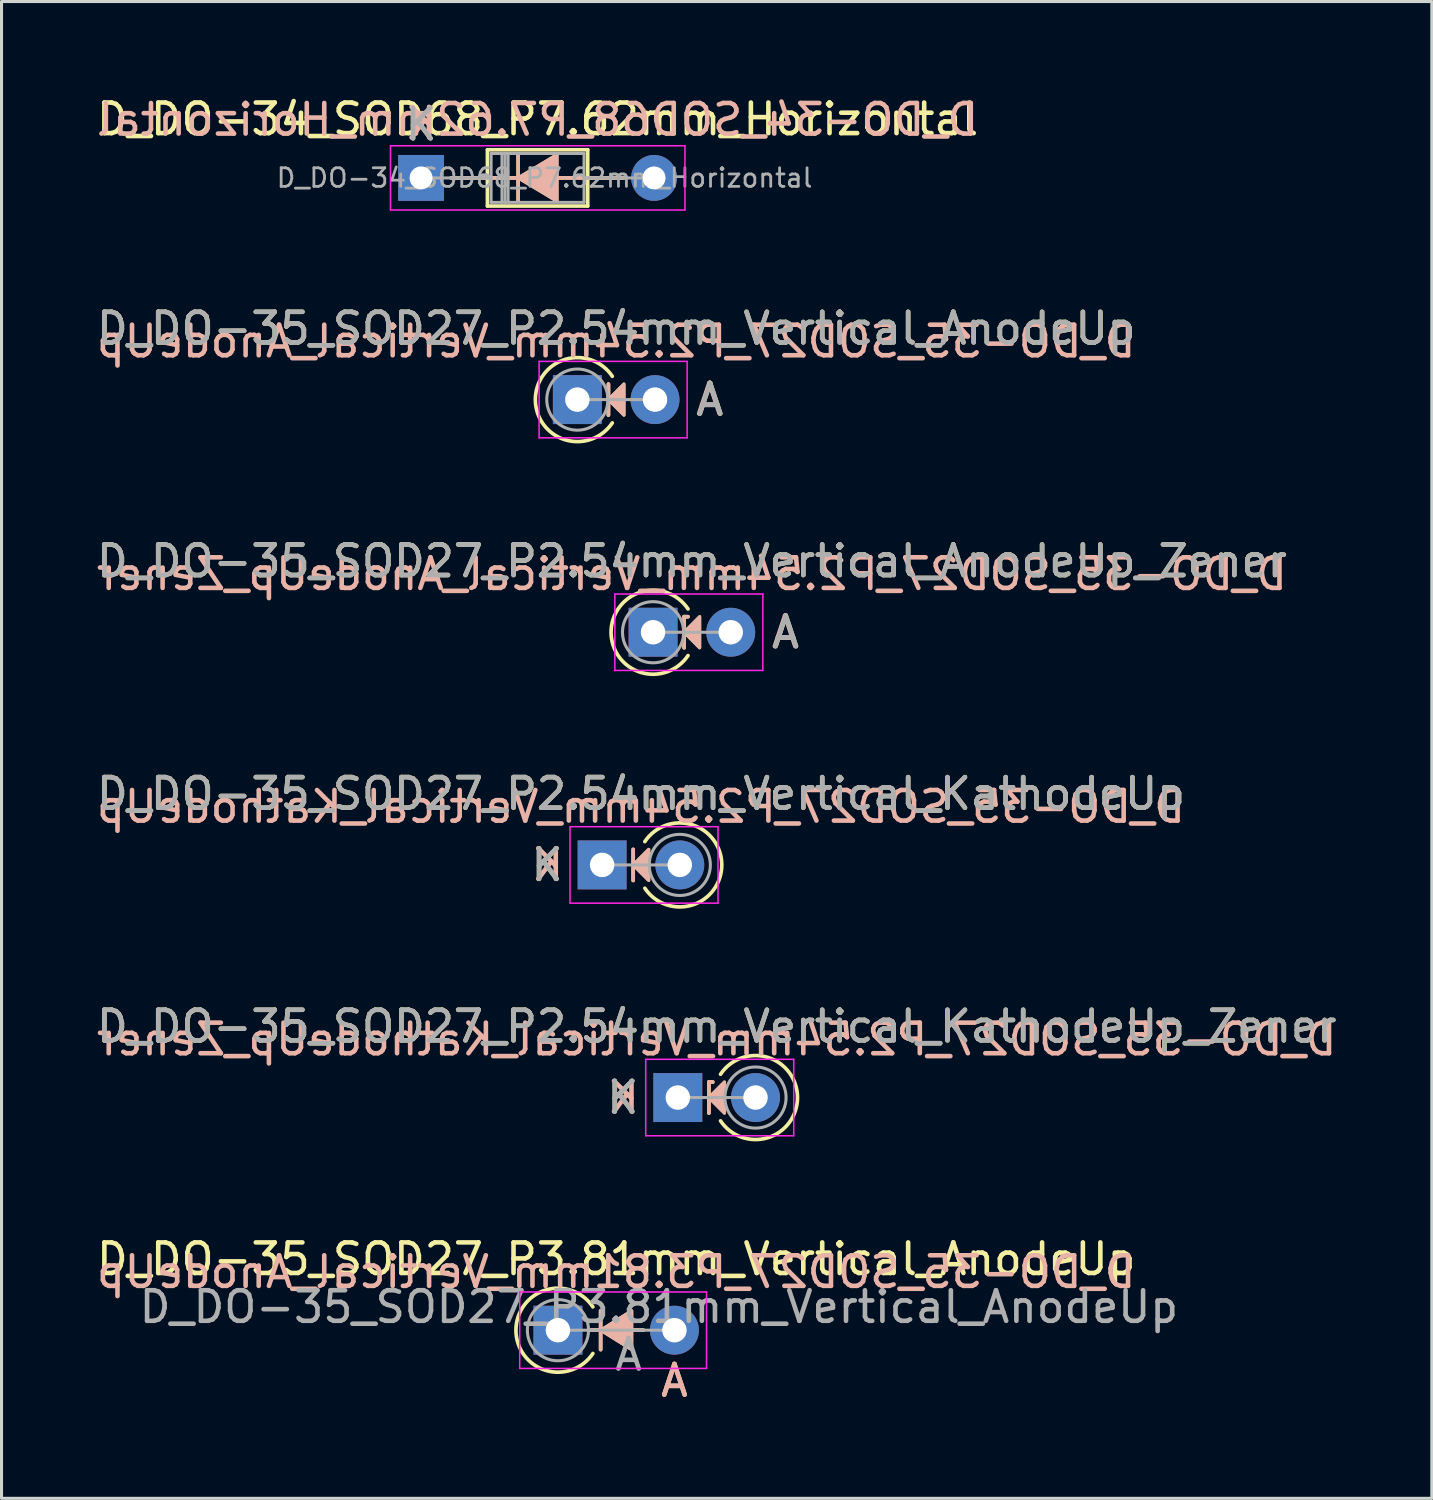
<source format=kicad_pcb>
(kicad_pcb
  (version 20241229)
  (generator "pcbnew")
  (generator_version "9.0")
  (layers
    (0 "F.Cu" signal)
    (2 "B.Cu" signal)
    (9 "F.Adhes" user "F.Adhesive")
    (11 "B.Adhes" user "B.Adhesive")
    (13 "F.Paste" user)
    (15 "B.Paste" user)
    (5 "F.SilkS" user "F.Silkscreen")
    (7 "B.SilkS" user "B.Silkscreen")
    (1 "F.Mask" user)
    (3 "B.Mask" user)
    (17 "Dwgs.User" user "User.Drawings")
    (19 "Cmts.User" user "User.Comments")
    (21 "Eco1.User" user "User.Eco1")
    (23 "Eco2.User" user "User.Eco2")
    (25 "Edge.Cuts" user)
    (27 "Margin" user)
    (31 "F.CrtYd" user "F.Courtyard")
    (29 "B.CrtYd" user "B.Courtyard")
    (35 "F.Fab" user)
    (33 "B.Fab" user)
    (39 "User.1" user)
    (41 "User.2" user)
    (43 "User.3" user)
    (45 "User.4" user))
  (footprint "D_DO-35_SOD27_P3.81mm_Vertical_AnodeUp"
    (layer "F.Cu")
    (at 15.196 40.451)
    (property "Reference" "D_DO-35_SOD27_P3.81mm_Vertical_AnodeUp" (at 1.905 -2.326 0) (layer "F.SilkS") (effects (font (size 1 1) (thickness 0.15))))
    (fp_line (start 1.397 -0.635) (end 1.397 0.635) (stroke (width 0.12) (type solid)) (layer "F.SilkS"))
    (fp_line (start 2.794 0) (end 1.016 0) (stroke (width 0.12) (type solid)) (layer "F.SilkS"))
    (fp_arc (start 1.142999 0.761999) (mid -1.373714 0) (end 1.142999 -0.761999) (stroke (width 0.12) (type solid)) (layer "F.SilkS"))
    (fp_poly (pts (xy 2.413 0.635) (xy 1.397 0) (xy 2.413 -0.635)) (stroke (width 0.1) (type solid)) (fill yes) (layer "F.SilkS"))
    (fp_line (start 1.397 0.635) (end 1.397 -0.635) (stroke (width 0.12) (type solid)) (layer "B.SilkS"))
    (fp_line (start 2.794 0) (end 1.016 0) (stroke (width 0.12) (type solid)) (layer "B.SilkS"))
    (fp_poly (pts (xy 2.413 -0.635) (xy 1.397 0) (xy 2.413 0.635)) (stroke (width 0.1) (type solid)) (fill yes) (layer "B.SilkS"))
    (fp_line (start -1.25 -1.25) (end -1.25 1.25) (stroke (width 0.05) (type solid)) (layer "F.CrtYd"))
    (fp_line (start -1.25 1.25) (end 4.86 1.25) (stroke (width 0.05) (type solid)) (layer "F.CrtYd"))
    (fp_line (start 4.86 -1.25) (end -1.25 -1.25) (stroke (width 0.05) (type solid)) (layer "F.CrtYd"))
    (fp_line (start 4.86 1.25) (end 4.86 -1.25) (stroke (width 0.05) (type solid)) (layer "F.CrtYd"))
    (fp_line (start 0 0) (end 3.81 0) (stroke (width 0.1) (type solid)) (layer "F.Fab"))
    (fp_circle (center 0 0) (end 1 0) (stroke (width 0.1) (type solid)) (fill no) (layer "F.Fab"))
    (fp_text user "A" (at 3.81 1.651 0) (layer "F.SilkS") (effects (font (size 1 1) (thickness 0.15))))
    (fp_text user "${REFERENCE}" (at 1.905 -1.905 0) (layer "B.SilkS") (effects (font (size 1 1) (thickness 0.15)) (justify mirror)))
    (fp_text user "A" (at 3.81 1.651 0) (layer "B.SilkS") (effects (font (size 1 1) (thickness 0.15)) (justify mirror)))
    (fp_text user "A" (at 2.31 0.8 0) (layer "F.Fab") (effects (font (size 1 1) (thickness 0.15))))
    (fp_text user "${REFERENCE}" (at 3.302 -0.762 0) (layer "F.Fab") (effects (font (size 1 1) (thickness 0.15))))
    (pad "1" thru_hole rect (at 0 0) (size 1.6 1.6) (drill 0.8) (layers "*.Cu" "*.Mask"))
    (pad "2" thru_hole oval (at 3.81 0) (size 1.6 1.6) (drill 0.8) (layers "*.Cu" "*.Mask")))
  (footprint "D_DO-35_SOD27_P2.54mm_Vertical_KathodeUp"
    (layer "F.Cu")
    (at 16.641 25.235)
    (property "Reference" "D_DO-35_SOD27_P2.54mm_Vertical_KathodeUp" (at 1.27 -2.326 0) (layer "F.SilkS") (effects (font (size 1 1) (thickness 0.15))))
    (fp_line (start 1.016 -0.508) (end 1.016 0.508) (stroke (width 0.12) (type solid)) (layer "F.SilkS"))
    (fp_arc (start 1.397 -0.761998) (mid 3.913713 0.000001) (end 1.397 0.762) (stroke (width 0.12) (type solid)) (layer "F.SilkS"))
    (fp_poly (pts (xy 1.524 0.508) (xy 1.016 0) (xy 1.524 -0.508)) (stroke (width 0.1) (type solid)) (fill yes) (layer "F.SilkS"))
    (fp_line (start 1.016 0.508) (end 1.016 -0.508) (stroke (width 0.12) (type solid)) (layer "B.SilkS"))
    (fp_poly (pts (xy 1.524 -0.508) (xy 1.016 0) (xy 1.524 0.508)) (stroke (width 0.1) (type solid)) (fill yes) (layer "B.SilkS"))
    (fp_line (start -1.05 -1.25) (end -1.05 1.25) (stroke (width 0.05) (type solid)) (layer "F.CrtYd"))
    (fp_line (start -1.05 1.25) (end 3.79 1.25) (stroke (width 0.05) (type solid)) (layer "F.CrtYd"))
    (fp_line (start 3.79 -1.25) (end -1.05 -1.25) (stroke (width 0.05) (type solid)) (layer "F.CrtYd"))
    (fp_line (start 3.79 1.25) (end 3.79 -1.25) (stroke (width 0.05) (type solid)) (layer "F.CrtYd"))
    (fp_line (start 0 0) (end 2.54 0) (stroke (width 0.1) (type solid)) (layer "F.Fab"))
    (fp_circle (center 2.54 0) (end 3.54 0) (stroke (width 0.1) (type solid)) (fill no) (layer "F.Fab"))
    (fp_text user "K" (at -1.8 0 0) (layer "F.SilkS") (effects (font (size 1 1) (thickness 0.15))))
    (fp_text user "K" (at -1.778 0 0) (layer "B.SilkS") (effects (font (size 1 1) (thickness 0.15)) (justify mirror)))
    (fp_text user "${REFERENCE}" (at 1.27 -1.905 0) (layer "B.SilkS") (effects (font (size 1 1) (thickness 0.15)) (justify mirror)))
    (fp_text user "${REFERENCE}" (at 1.27 -2.326 0) (layer "F.Fab") (effects (font (size 1 1) (thickness 0.15))))
    (fp_text user "K" (at -1.8 0 0) (layer "F.Fab") (effects (font (size 1 1) (thickness 0.15))))
    (pad "1" thru_hole rect (at 0 0) (size 1.6 1.6) (drill 0.8) (layers "*.Cu" "*.Mask"))
    (pad "2" thru_hole oval (at 2.54 0) (size 1.6 1.6) (drill 0.8) (layers "*.Cu" "*.Mask")))
  (footprint "D_DO-35_SOD27_P2.54mm_Vertical_KathodeUp_Zener"
    (layer "F.Cu")
    (at 19.117 32.843)
    (property "Reference" "D_DO-35_SOD27_P2.54mm_Vertical_KathodeUp_Zener" (at 1.27 -2.326 0) (layer "F.SilkS") (effects (font (size 1 1) (thickness 0.15))))
    (fp_line (start 1.016 -0.508) (end 1.016 0.508) (stroke (width 0.12) (type solid)) (layer "F.SilkS"))
    (fp_line (start 1.016 -0.508) (end 1.143 -0.508) (stroke (width 0.12) (type solid)) (layer "F.SilkS"))
    (fp_arc (start 1.397 -0.761998) (mid 3.913713 0.000001) (end 1.397 0.762) (stroke (width 0.12) (type solid)) (layer "F.SilkS"))
    (fp_poly (pts (xy 1.524 0.508) (xy 1.016 0) (xy 1.524 -0.508)) (stroke (width 0.1) (type solid)) (fill yes) (layer "F.SilkS"))
    (fp_line (start 1.016 -0.508) (end 1.143 -0.508) (stroke (width 0.12) (type solid)) (layer "B.SilkS"))
    (fp_line (start 1.016 0.508) (end 1.016 -0.508) (stroke (width 0.12) (type solid)) (layer "B.SilkS"))
    (fp_poly (pts (xy 1.524 -0.508) (xy 1.016 0) (xy 1.524 0.508)) (stroke (width 0.1) (type solid)) (fill yes) (layer "B.SilkS"))
    (fp_line (start -1.05 -1.25) (end -1.05 1.25) (stroke (width 0.05) (type solid)) (layer "F.CrtYd"))
    (fp_line (start -1.05 1.25) (end 3.79 1.25) (stroke (width 0.05) (type solid)) (layer "F.CrtYd"))
    (fp_line (start 3.79 -1.25) (end -1.05 -1.25) (stroke (width 0.05) (type solid)) (layer "F.CrtYd"))
    (fp_line (start 3.79 1.25) (end 3.79 -1.25) (stroke (width 0.05) (type solid)) (layer "F.CrtYd"))
    (fp_line (start 0 0) (end 2.54 0) (stroke (width 0.1) (type solid)) (layer "F.Fab"))
    (fp_circle (center 2.54 0) (end 3.54 0) (stroke (width 0.1) (type solid)) (fill no) (layer "F.Fab"))
    (fp_text user "K" (at -1.8 0 0) (layer "F.SilkS") (effects (font (size 1 1) (thickness 0.15))))
    (fp_text user "K" (at -1.778 0 0) (layer "B.SilkS") (effects (font (size 1 1) (thickness 0.15)) (justify mirror)))
    (fp_text user "${REFERENCE}" (at 1.27 -1.905 0) (layer "B.SilkS") (effects (font (size 1 1) (thickness 0.15)) (justify mirror)))
    (fp_text user "K" (at -1.8 0 0) (layer "F.Fab") (effects (font (size 1 1) (thickness 0.15))))
    (fp_text user "${REFERENCE}" (at 1.27 -2.326 0) (layer "F.Fab") (effects (font (size 1 1) (thickness 0.15))))
    (pad "1" thru_hole rect (at 0 0) (size 1.6 1.6) (drill 0.8) (layers "*.Cu" "*.Mask"))
    (pad "2" thru_hole oval (at 2.54 0) (size 1.6 1.6) (drill 0.8) (layers "*.Cu" "*.Mask")))
  (footprint "D_DO-34_SOD68_P7.62mm_Horizontal"
    (layer "F.Cu")
    (at 10.72 2.768)
    (property "Reference" "D_DO-34_SOD68_P7.62mm_Horizontal" (at 3.81 -1.92 0) (layer "F.SilkS") (effects (font (size 1 1) (thickness 0.15))))
    (fp_line (start 0.99 0) (end 2.17 0) (stroke (width 0.12) (type solid)) (layer "F.SilkS"))
    (fp_line (start 2.17 -0.92) (end 2.17 0.92) (stroke (width 0.12) (type solid)) (layer "F.SilkS"))
    (fp_line (start 2.17 0.92) (end 5.45 0.92) (stroke (width 0.12) (type solid)) (layer "F.SilkS"))
    (fp_line (start 3.175 -0.762) (end 3.175 0.762) (stroke (width 0.12) (type solid)) (layer "F.SilkS"))
    (fp_line (start 3.2 0) (end 2.17 0) (stroke (width 0.12) (type solid)) (layer "F.SilkS"))
    (fp_line (start 4.445 0) (end 5.45 0) (stroke (width 0.12) (type solid)) (layer "F.SilkS"))
    (fp_line (start 5.45 -0.92) (end 2.17 -0.92) (stroke (width 0.12) (type solid)) (layer "F.SilkS"))
    (fp_line (start 5.45 0.92) (end 5.45 -0.92) (stroke (width 0.12) (type solid)) (layer "F.SilkS"))
    (fp_line (start 6.63 0) (end 5.45 0) (stroke (width 0.12) (type solid)) (layer "F.SilkS"))
    (fp_poly (pts (xy 4.445 0.762) (xy 3.175 0) (xy 4.445 -0.762)) (stroke (width 0.1) (type solid)) (fill yes) (layer "F.SilkS"))
    (fp_line (start 0.99 0) (end 2.17 0) (stroke (width 0.12) (type solid)) (layer "B.SilkS"))
    (fp_line (start 3.175 0.762) (end 3.175 -0.762) (stroke (width 0.12) (type solid)) (layer "B.SilkS"))
    (fp_line (start 3.2 0) (end 2.17 0) (stroke (width 0.12) (type solid)) (layer "B.SilkS"))
    (fp_line (start 4.445 0) (end 5.45 0) (stroke (width 0.12) (type solid)) (layer "B.SilkS"))
    (fp_line (start 6.63 0) (end 5.45 0) (stroke (width 0.12) (type solid)) (layer "B.SilkS"))
    (fp_poly (pts (xy 4.445 -0.762) (xy 3.175 0) (xy 4.445 0.762)) (stroke (width 0.1) (type solid)) (fill yes) (layer "B.SilkS"))
    (fp_line (start -1 -1.05) (end -1 1.05) (stroke (width 0.05) (type solid)) (layer "F.CrtYd"))
    (fp_line (start -1 1.05) (end 8.63 1.05) (stroke (width 0.05) (type solid)) (layer "F.CrtYd"))
    (fp_line (start 8.63 -1.05) (end -1 -1.05) (stroke (width 0.05) (type solid)) (layer "F.CrtYd"))
    (fp_line (start 8.63 1.05) (end 8.63 -1.05) (stroke (width 0.05) (type solid)) (layer "F.CrtYd"))
    (fp_line (start 0 0) (end 2.29 0) (stroke (width 0.1) (type solid)) (layer "F.Fab"))
    (fp_line (start 2.29 -0.8) (end 2.29 0.8) (stroke (width 0.1) (type solid)) (layer "F.Fab"))
    (fp_line (start 2.29 0.8) (end 5.33 0.8) (stroke (width 0.1) (type solid)) (layer "F.Fab"))
    (fp_line (start 2.646 -0.8) (end 2.646 0.8) (stroke (width 0.1) (type solid)) (layer "F.Fab"))
    (fp_line (start 2.746 -0.8) (end 2.746 0.8) (stroke (width 0.1) (type solid)) (layer "F.Fab"))
    (fp_line (start 2.846 -0.8) (end 2.846 0.8) (stroke (width 0.1) (type solid)) (layer "F.Fab"))
    (fp_line (start 5.33 -0.8) (end 2.29 -0.8) (stroke (width 0.1) (type solid)) (layer "F.Fab"))
    (fp_line (start 5.33 0.8) (end 5.33 -0.8) (stroke (width 0.1) (type solid)) (layer "F.Fab"))
    (fp_line (start 7.62 0) (end 5.33 0) (stroke (width 0.1) (type solid)) (layer "F.Fab"))
    (fp_text user "K" (at 0 -1.75 0) (layer "F.SilkS") (effects (font (size 1 1) (thickness 0.15))))
    (fp_text user "${REFERENCE}" (at 3.81 -1.905 0) (layer "B.SilkS") (effects (font (size 1 1) (thickness 0.15)) (justify mirror)))
    (fp_text user "K" (at 0 -1.778 0) (layer "B.SilkS") (effects (font (size 1 1) (thickness 0.15)) (justify mirror)))
    (fp_text user "${REFERENCE}" (at 4.038 0 0) (layer "F.Fab") (effects (font (size 0.608 0.608) (thickness 0.091))))
    (fp_text user "K" (at 0 -1.75 0) (layer "F.Fab") (effects (font (size 1 1) (thickness 0.15))))
    (pad "1" thru_hole rect (at 0 0) (size 1.5 1.5) (drill 0.75) (layers "*.Cu" "*.Mask"))
    (pad "2" thru_hole oval (at 7.62 0) (size 1.5 1.5) (drill 0.75) (layers "*.Cu" "*.Mask")))
  (footprint "D_DO-35_SOD27_P2.54mm_Vertical_AnodeUp"
    (layer "F.Cu")
    (at 15.831 10.018)
    (property "Reference" "D_DO-35_SOD27_P2.54mm_Vertical_AnodeUp" (at 1.27 -2.326 0) (layer "F.SilkS") (effects (font (size 1 1) (thickness 0.15))))
    (fp_line (start 1.016 -0.508) (end 1.016 0.508) (stroke (width 0.12) (type solid)) (layer "F.SilkS"))
    (fp_arc (start 1.142999 0.761999) (mid -1.373714 0) (end 1.142999 -0.761999) (stroke (width 0.12) (type solid)) (layer "F.SilkS"))
    (fp_poly (pts (xy 1.524 0.508) (xy 1.016 0) (xy 1.524 -0.508)) (stroke (width 0.1) (type solid)) (fill yes) (layer "F.SilkS"))
    (fp_line (start 1.016 0.508) (end 1.016 -0.508) (stroke (width 0.12) (type solid)) (layer "B.SilkS"))
    (fp_poly (pts (xy 1.524 -0.508) (xy 1.016 0) (xy 1.524 0.508)) (stroke (width 0.1) (type solid)) (fill yes) (layer "B.SilkS"))
    (fp_line (start -1.25 -1.25) (end -1.25 1.25) (stroke (width 0.05) (type solid)) (layer "F.CrtYd"))
    (fp_line (start -1.25 1.25) (end 3.59 1.25) (stroke (width 0.05) (type solid)) (layer "F.CrtYd"))
    (fp_line (start 3.59 -1.25) (end -1.25 -1.25) (stroke (width 0.05) (type solid)) (layer "F.CrtYd"))
    (fp_line (start 3.59 1.25) (end 3.59 -1.25) (stroke (width 0.05) (type solid)) (layer "F.CrtYd"))
    (fp_line (start 0 0) (end 2.54 0) (stroke (width 0.1) (type solid)) (layer "F.Fab"))
    (fp_circle (center 0 0) (end 1 0) (stroke (width 0.1) (type solid)) (fill no) (layer "F.Fab"))
    (fp_text user "A" (at 4.34 0 0) (layer "F.SilkS") (effects (font (size 1 1) (thickness 0.15))))
    (fp_text user "${REFERENCE}" (at 1.27 -1.905 0) (layer "B.SilkS") (effects (font (size 1 1) (thickness 0.15)) (justify mirror)))
    (fp_text user "A" (at 4.318 0 0) (layer "B.SilkS") (effects (font (size 1 1) (thickness 0.15)) (justify mirror)))
    (fp_text user "A" (at 4.34 0 0) (layer "F.Fab") (effects (font (size 1 1) (thickness 0.15))))
    (fp_text user "${REFERENCE}" (at 1.27 -2.326 0) (layer "F.Fab") (effects (font (size 1 1) (thickness 0.15))))
    (pad "1" thru_hole rect (at 0 0) (size 1.6 1.6) (drill 0.8) (layers "*.Cu" "*.Mask"))
    (pad "2" thru_hole oval (at 2.54 0) (size 1.6 1.6) (drill 0.8) (layers "*.Cu" "*.Mask")))
  (footprint "D_DO-35_SOD27_P2.54mm_Vertical_AnodeUp_Zener"
    (layer "F.Cu")
    (at 18.307 17.626)
    (property "Reference" "D_DO-35_SOD27_P2.54mm_Vertical_AnodeUp_Zener" (at 1.27 -2.326 0) (layer "F.SilkS") (effects (font (size 1 1) (thickness 0.15))))
    (fp_line (start 1.016 -0.508) (end 1.016 0.508) (stroke (width 0.12) (type solid)) (layer "F.SilkS"))
    (fp_line (start 1.016 -0.508) (end 1.143 -0.508) (stroke (width 0.12) (type solid)) (layer "F.SilkS"))
    (fp_arc (start 1.142999 0.761999) (mid -1.373714 0) (end 1.142999 -0.761999) (stroke (width 0.12) (type solid)) (layer "F.SilkS"))
    (fp_poly (pts (xy 1.524 0.508) (xy 1.016 0) (xy 1.524 -0.508)) (stroke (width 0.1) (type solid)) (fill yes) (layer "F.SilkS"))
    (fp_line (start 1.016 -0.508) (end 1.143 -0.508) (stroke (width 0.12) (type solid)) (layer "B.SilkS"))
    (fp_line (start 1.016 0.508) (end 1.016 -0.508) (stroke (width 0.12) (type solid)) (layer "B.SilkS"))
    (fp_poly (pts (xy 1.524 -0.508) (xy 1.016 0) (xy 1.524 0.508)) (stroke (width 0.1) (type solid)) (fill yes) (layer "B.SilkS"))
    (fp_line (start -1.25 -1.25) (end -1.25 1.25) (stroke (width 0.05) (type solid)) (layer "F.CrtYd"))
    (fp_line (start -1.25 1.25) (end 3.59 1.25) (stroke (width 0.05) (type solid)) (layer "F.CrtYd"))
    (fp_line (start 3.59 -1.25) (end -1.25 -1.25) (stroke (width 0.05) (type solid)) (layer "F.CrtYd"))
    (fp_line (start 3.59 1.25) (end 3.59 -1.25) (stroke (width 0.05) (type solid)) (layer "F.CrtYd"))
    (fp_line (start 0 0) (end 2.54 0) (stroke (width 0.1) (type solid)) (layer "F.Fab"))
    (fp_circle (center 0 0) (end 1 0) (stroke (width 0.1) (type solid)) (fill no) (layer "F.Fab"))
    (fp_text user "A" (at 4.34 0 0) (layer "F.SilkS") (effects (font (size 1 1) (thickness 0.15))))
    (fp_text user "A" (at 4.318 0 0) (layer "B.SilkS") (effects (font (size 1 1) (thickness 0.15)) (justify mirror)))
    (fp_text user "${REFERENCE}" (at 1.27 -1.905 0) (layer "B.SilkS") (effects (font (size 1 1) (thickness 0.15)) (justify mirror)))
    (fp_text user "${REFERENCE}" (at 1.27 -2.326 0) (layer "F.Fab") (effects (font (size 1 1) (thickness 0.15))))
    (fp_text user "A" (at 4.34 0 0) (layer "F.Fab") (effects (font (size 1 1) (thickness 0.15))))
    (pad "1" thru_hole rect (at 0 0) (size 1.6 1.6) (drill 0.8) (layers "*.Cu" "*.Mask"))
    (pad "2" thru_hole oval (at 2.54 0) (size 1.6 1.6) (drill 0.8) (layers "*.Cu" "*.Mask")))
  (gr_rect
    (start -3 -3)
    (end 43.774 45.95)
    (stroke (width 0.1) (type default))
    (fill no)
    (layer "Edge.Cuts")))
</source>
